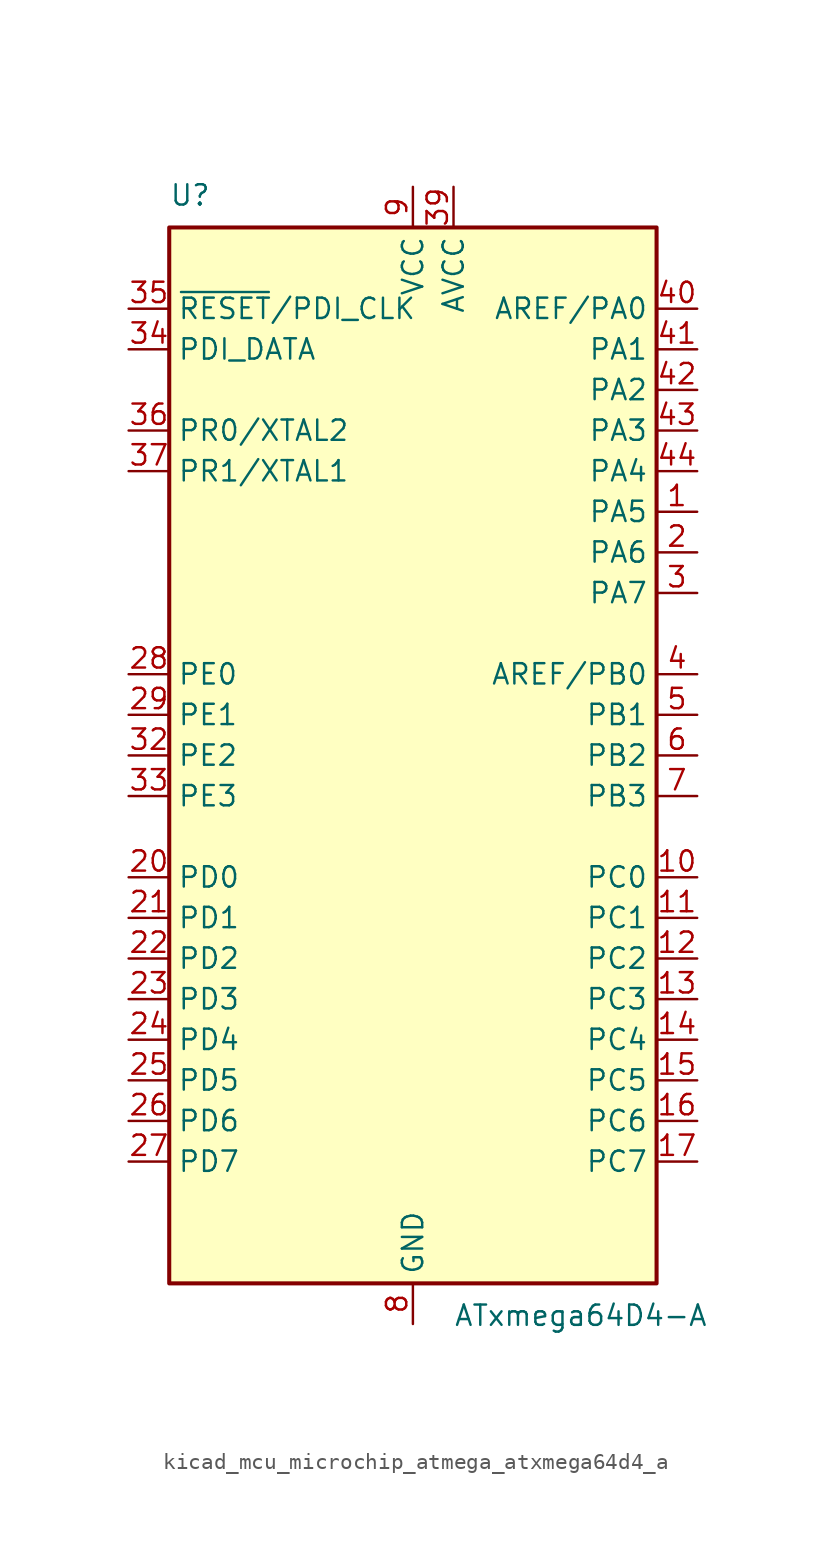
<source format=kicad_sym>
(kicad_symbol_lib
  (version 20220914)
  (generator kicad_symbol_editor)
  (symbol "kicad_mcu_microchip_atmega_atxmega64d4_a"
    (property "Reference" "U"
      (at -15.24 34.29 0)
      (effects (font (size 1.27 1.27)) (justify left bottom)))
    (property "Value" "ATxmega64D4-A"
      (at 2.54 -34.29 0)
      (effects (font (size 1.27 1.27)) (justify left top)))
    (symbol "kicad_mcu_microchip_atmega_atxmega64d4_a_0_1"
      (rectangle (start -15.24 -33.02) (end 15.24 33.02) (stroke (width 0.254) (type default)) (fill (type background))))
    (symbol "kicad_mcu_microchip_atmega_atxmega64d4_a_1_1"
      (pin bidirectional line (at 17.78 15.24 180) (length 2.54) (name "PA5" (effects (font (size 1.27 1.27)))) (number "1" (effects (font (size 1.27 1.27)))))
      (pin bidirectional line (at 17.78 -7.62 180) (length 2.54) (name "PC0" (effects (font (size 1.27 1.27)))) (number "10" (effects (font (size 1.27 1.27)))))
      (pin bidirectional line (at 17.78 -10.16 180) (length 2.54) (name "PC1" (effects (font (size 1.27 1.27)))) (number "11" (effects (font (size 1.27 1.27)))))
      (pin bidirectional line (at 17.78 -12.7 180) (length 2.54) (name "PC2" (effects (font (size 1.27 1.27)))) (number "12" (effects (font (size 1.27 1.27)))))
      (pin bidirectional line (at 17.78 -15.24 180) (length 2.54) (name "PC3" (effects (font (size 1.27 1.27)))) (number "13" (effects (font (size 1.27 1.27)))))
      (pin bidirectional line (at 17.78 -17.78 180) (length 2.54) (name "PC4" (effects (font (size 1.27 1.27)))) (number "14" (effects (font (size 1.27 1.27)))))
      (pin bidirectional line (at 17.78 -20.32 180) (length 2.54) (name "PC5" (effects (font (size 1.27 1.27)))) (number "15" (effects (font (size 1.27 1.27)))))
      (pin bidirectional line (at 17.78 -22.86 180) (length 2.54) (name "PC6" (effects (font (size 1.27 1.27)))) (number "16" (effects (font (size 1.27 1.27)))))
      (pin bidirectional line (at 17.78 -25.4 180) (length 2.54) (name "PC7" (effects (font (size 1.27 1.27)))) (number "17" (effects (font (size 1.27 1.27)))))
      (pin passive line (at 0 -35.56 90) (length 2.54) hide (name "GND" (effects (font (size 1.27 1.27)))) (number "18" (effects (font (size 1.27 1.27)))))
      (pin passive line (at 0 35.56 270) (length 2.54) hide (name "VCC" (effects (font (size 1.27 1.27)))) (number "19" (effects (font (size 1.27 1.27)))))
      (pin bidirectional line (at 17.78 12.7 180) (length 2.54) (name "PA6" (effects (font (size 1.27 1.27)))) (number "2" (effects (font (size 1.27 1.27)))))
      (pin bidirectional line (at -17.78 -7.62 0) (length 2.54) (name "PD0" (effects (font (size 1.27 1.27)))) (number "20" (effects (font (size 1.27 1.27)))))
      (pin bidirectional line (at -17.78 -10.16 0) (length 2.54) (name "PD1" (effects (font (size 1.27 1.27)))) (number "21" (effects (font (size 1.27 1.27)))))
      (pin bidirectional line (at -17.78 -12.7 0) (length 2.54) (name "PD2" (effects (font (size 1.27 1.27)))) (number "22" (effects (font (size 1.27 1.27)))))
      (pin bidirectional line (at -17.78 -15.24 0) (length 2.54) (name "PD3" (effects (font (size 1.27 1.27)))) (number "23" (effects (font (size 1.27 1.27)))))
      (pin bidirectional line (at -17.78 -17.78 0) (length 2.54) (name "PD4" (effects (font (size 1.27 1.27)))) (number "24" (effects (font (size 1.27 1.27)))))
      (pin bidirectional line (at -17.78 -20.32 0) (length 2.54) (name "PD5" (effects (font (size 1.27 1.27)))) (number "25" (effects (font (size 1.27 1.27)))))
      (pin bidirectional line (at -17.78 -22.86 0) (length 2.54) (name "PD6" (effects (font (size 1.27 1.27)))) (number "26" (effects (font (size 1.27 1.27)))))
      (pin bidirectional line (at -17.78 -25.4 0) (length 2.54) (name "PD7" (effects (font (size 1.27 1.27)))) (number "27" (effects (font (size 1.27 1.27)))))
      (pin bidirectional line (at -17.78 5.08 0) (length 2.54) (name "PE0" (effects (font (size 1.27 1.27)))) (number "28" (effects (font (size 1.27 1.27)))))
      (pin bidirectional line (at -17.78 2.54 0) (length 2.54) (name "PE1" (effects (font (size 1.27 1.27)))) (number "29" (effects (font (size 1.27 1.27)))))
      (pin bidirectional line (at 17.78 10.16 180) (length 2.54) (name "PA7" (effects (font (size 1.27 1.27)))) (number "3" (effects (font (size 1.27 1.27)))))
      (pin passive line (at 0 -35.56 90) (length 2.54) hide (name "GND" (effects (font (size 1.27 1.27)))) (number "30" (effects (font (size 1.27 1.27)))))
      (pin passive line (at 0 35.56 270) (length 2.54) hide (name "VCC" (effects (font (size 1.27 1.27)))) (number "31" (effects (font (size 1.27 1.27)))))
      (pin bidirectional line (at -17.78 0 0) (length 2.54) (name "PE2" (effects (font (size 1.27 1.27)))) (number "32" (effects (font (size 1.27 1.27)))))
      (pin bidirectional line (at -17.78 -2.54 0) (length 2.54) (name "PE3" (effects (font (size 1.27 1.27)))) (number "33" (effects (font (size 1.27 1.27)))))
      (pin bidirectional line (at -17.78 25.4 0) (length 2.54) (name "PDI_DATA" (effects (font (size 1.27 1.27)))) (number "34" (effects (font (size 1.27 1.27)))))
      (pin input line (at -17.78 27.94 0) (length 2.54) (name "~{RESET}/PDI_CLK" (effects (font (size 1.27 1.27)))) (number "35" (effects (font (size 1.27 1.27)))))
      (pin bidirectional line (at -17.78 20.32 0) (length 2.54) (name "PR0/XTAL2" (effects (font (size 1.27 1.27)))) (number "36" (effects (font (size 1.27 1.27)))))
      (pin bidirectional line (at -17.78 17.78 0) (length 2.54) (name "PR1/XTAL1" (effects (font (size 1.27 1.27)))) (number "37" (effects (font (size 1.27 1.27)))))
      (pin passive line (at 0 -35.56 90) (length 2.54) hide (name "GND" (effects (font (size 1.27 1.27)))) (number "38" (effects (font (size 1.27 1.27)))))
      (pin power_in line (at 2.54 35.56 270) (length 2.54) (name "AVCC" (effects (font (size 1.27 1.27)))) (number "39" (effects (font (size 1.27 1.27)))))
      (pin bidirectional line (at 17.78 5.08 180) (length 2.54) (name "AREF/PB0" (effects (font (size 1.27 1.27)))) (number "4" (effects (font (size 1.27 1.27)))))
      (pin bidirectional line (at 17.78 27.94 180) (length 2.54) (name "AREF/PA0" (effects (font (size 1.27 1.27)))) (number "40" (effects (font (size 1.27 1.27)))))
      (pin bidirectional line (at 17.78 25.4 180) (length 2.54) (name "PA1" (effects (font (size 1.27 1.27)))) (number "41" (effects (font (size 1.27 1.27)))))
      (pin bidirectional line (at 17.78 22.86 180) (length 2.54) (name "PA2" (effects (font (size 1.27 1.27)))) (number "42" (effects (font (size 1.27 1.27)))))
      (pin bidirectional line (at 17.78 20.32 180) (length 2.54) (name "PA3" (effects (font (size 1.27 1.27)))) (number "43" (effects (font (size 1.27 1.27)))))
      (pin bidirectional line (at 17.78 17.78 180) (length 2.54) (name "PA4" (effects (font (size 1.27 1.27)))) (number "44" (effects (font (size 1.27 1.27)))))
      (pin bidirectional line (at 17.78 2.54 180) (length 2.54) (name "PB1" (effects (font (size 1.27 1.27)))) (number "5" (effects (font (size 1.27 1.27)))))
      (pin bidirectional line (at 17.78 0 180) (length 2.54) (name "PB2" (effects (font (size 1.27 1.27)))) (number "6" (effects (font (size 1.27 1.27)))))
      (pin bidirectional line (at 17.78 -2.54 180) (length 2.54) (name "PB3" (effects (font (size 1.27 1.27)))) (number "7" (effects (font (size 1.27 1.27)))))
      (pin power_in line (at 0 -35.56 90) (length 2.54) (name "GND" (effects (font (size 1.27 1.27)))) (number "8" (effects (font (size 1.27 1.27)))))
      (pin power_in line (at 0 35.56 270) (length 2.54) (name "VCC" (effects (font (size 1.27 1.27)))) (number "9" (effects (font (size 1.27 1.27))))))))
</source>
